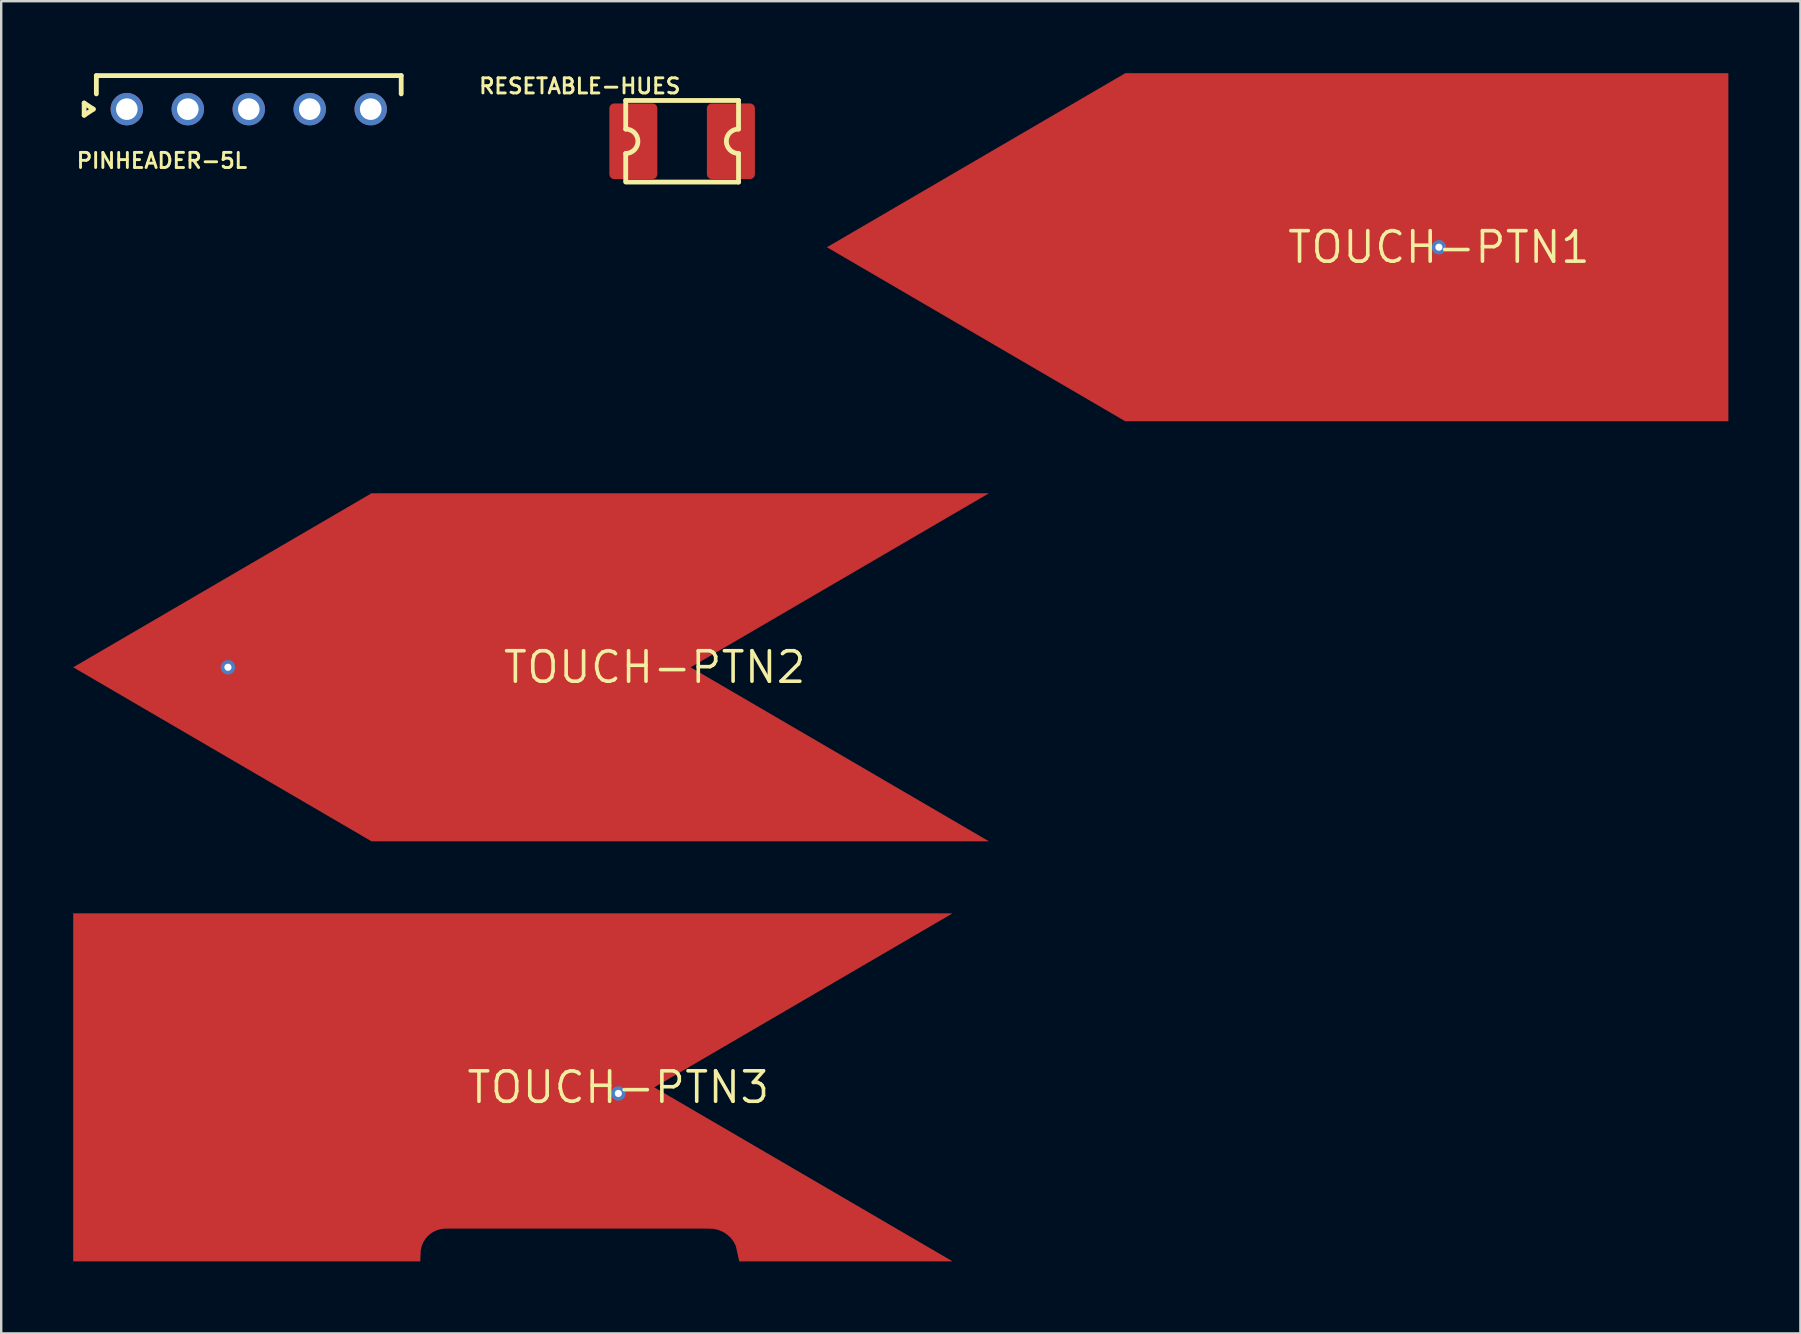
<source format=kicad_pcb>
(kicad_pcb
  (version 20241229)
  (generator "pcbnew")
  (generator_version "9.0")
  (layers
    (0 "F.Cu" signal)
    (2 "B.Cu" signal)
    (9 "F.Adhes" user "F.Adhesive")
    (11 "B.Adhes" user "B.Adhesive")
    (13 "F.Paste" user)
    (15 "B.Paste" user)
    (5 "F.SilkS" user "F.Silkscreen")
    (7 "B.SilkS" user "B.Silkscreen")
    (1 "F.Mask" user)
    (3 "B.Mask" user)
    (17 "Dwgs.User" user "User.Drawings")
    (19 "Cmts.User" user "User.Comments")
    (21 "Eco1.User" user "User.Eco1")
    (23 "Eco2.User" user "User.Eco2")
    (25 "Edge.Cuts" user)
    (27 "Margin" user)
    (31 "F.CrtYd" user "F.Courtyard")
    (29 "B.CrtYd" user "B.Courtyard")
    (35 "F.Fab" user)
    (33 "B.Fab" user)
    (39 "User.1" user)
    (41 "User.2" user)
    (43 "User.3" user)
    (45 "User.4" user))
  (footprint "TOUCH-PTN1"
    (layer "F.Cu")
    (at 56.896 7.25)
    (property "Reference" "TOUCH-PTN1" (at 0 0 0) (layer "F.SilkS") (effects (font (size 1.27 1.27) (thickness 0.15))))
    (fp_poly (pts (xy 12.06 7.25) (xy -13.068 7.25) (xy -25.496 0) (xy -13.068 -7.25) (xy 12.06 -7.25)) (stroke (width 0) (type default)) (fill yes) (layer "F.Cu"))
    (pad "P$1" thru_hole circle (at 0 0) (size 0.6 0.6) (drill 0.3) (layers "*.Cu" "*.Mask")))
  (footprint "TOUCH-PTN2"
    (layer "F.Cu")
    (at 24.226 24.75)
    (property "Reference" "TOUCH-PTN2" (at 0 0 0) (layer "F.SilkS") (effects (font (size 1.27 1.27) (thickness 0.15))))
    (fp_poly (pts (xy 1.496 0) (xy 13.925 7.25) (xy -11.798 7.25) (xy -24.226 0) (xy -11.798 -7.25) (xy 13.925 -7.25)) (stroke (width 0) (type default)) (fill yes) (layer "F.Cu"))
    (pad "P$1" thru_hole circle (at -17.78 0) (size 0.6 0.6) (drill 0.3) (layers "*.Cu" "*.Mask")))
  (footprint "RESETABLE-HUES"
    (layer "F.Cu")
    (at 25.368 2.835)
    (property "Reference" "RESETABLE-HUES" (at 0 -2.667 0) (layer "F.SilkS") (effects (font (size 0.63 0.63) (thickness 0.12)) (justify right top)))
    (fp_line (start -2.35 -1.7) (end -2.35 -0.508) (stroke (width 0.2) (type solid)) (layer "F.SilkS"))
    (fp_line (start -2.35 -1.7) (end 2.35 -1.7) (stroke (width 0.2) (type solid)) (layer "F.SilkS"))
    (fp_line (start -2.35 0.508) (end -2.35 1.651) (stroke (width 0.2) (type solid)) (layer "F.SilkS"))
    (fp_line (start -2.35 1.7) (end 2.35 1.7) (stroke (width 0.2) (type solid)) (layer "F.SilkS"))
    (fp_line (start 2.35 -0.508) (end 2.35 -1.7) (stroke (width 0.2) (type solid)) (layer "F.SilkS"))
    (fp_line (start 2.35 1.7) (end 2.35 0.508) (stroke (width 0.2) (type solid)) (layer "F.SilkS"))
    (fp_arc (start -2.35 -0.508) (mid -1.842 0) (end -2.35 0.508) (stroke (width 0.2) (type solid)) (layer "F.SilkS"))
    (fp_arc (start 2.35 0.508) (mid 1.842 0) (end 2.35 -0.508) (stroke (width 0.2) (type solid)) (layer "F.SilkS"))
    (pad "1" smd roundrect (at -2.032 0) (size 2 3.15) (layers "F.Cu" "F.Mask" "F.Paste") (roundrect_rratio 0.1))
    (pad "2" smd roundrect (at 2.032 0) (size 2 3.15) (layers "F.Cu" "F.Mask" "F.Paste") (roundrect_rratio 0.1)))
  (footprint "PINHEADER-5L"
    (layer "F.Cu")
    (at 7.314 1.497)
    (property "Reference" "PINHEADER-5L" (at 0 1.778 0) (layer "F.SilkS") (effects (font (size 0.63 0.63) (thickness 0.12)) (justify right top)))
    (fp_line (start -6.858 -0.254) (end -6.858 0.254) (stroke (width 0.2) (type solid)) (layer "F.SilkS"))
    (fp_line (start -6.858 0.254) (end -6.477 0) (stroke (width 0.2) (type solid)) (layer "F.SilkS"))
    (fp_line (start -6.477 0) (end -6.858 -0.254) (stroke (width 0.2) (type solid)) (layer "F.SilkS"))
    (fp_line (start -6.35 -1.397) (end 6.35 -1.397) (stroke (width 0.2) (type solid)) (layer "F.SilkS"))
    (fp_line (start -6.35 -0.635) (end -6.35 -1.397) (stroke (width 0.2) (type solid)) (layer "F.SilkS"))
    (fp_line (start 6.35 -1.397) (end 6.35 -0.635) (stroke (width 0.2) (type solid)) (layer "F.SilkS"))
    (pad "1" thru_hole circle (at -5.08 0 90) (size 1.35 1.35) (drill 0.9) (layers "*.Cu" "*.Mask"))
    (pad "2" thru_hole circle (at -2.54 0 90) (size 1.35 1.35) (drill 0.9) (layers "*.Cu" "*.Mask"))
    (pad "3" thru_hole circle (at 0 0 90) (size 1.35 1.35) (drill 0.9) (layers "*.Cu" "*.Mask"))
    (pad "4" thru_hole circle (at 2.54 0 90) (size 1.35 1.35) (drill 0.9) (layers "*.Cu" "*.Mask"))
    (pad "5" thru_hole circle (at 5.08 0 90) (size 1.35 1.35) (drill 0.9) (layers "*.Cu" "*.Mask")))
  (footprint "TOUCH-PTN3"
    (layer "F.Cu")
    (at 22.71 42.25)
    (property "Reference" "TOUCH-PTN3" (at 0 0 0) (layer "F.SilkS") (effects (font (size 1.27 1.27) (thickness 0.15))))
    (fp_poly (pts (xy 1.496 0) (xy 13.925 7.25) (xy 5.038 7.25) (xy 4.893 6.602) (xy 4.803 6.429) (xy 4.678 6.266) (xy 4.526 6.128) (xy 4.353 6.017) (xy 4.163 5.939) (xy 3.962 5.895) (xy 3.741 5.885) (xy -7.237 5.885) (xy -7.423 5.911) (xy -7.598 5.967) (xy -7.76 6.052) (xy -7.905 6.164) (xy -8.028 6.3) (xy -8.126 6.455) (xy -8.196 6.625) (xy -8.234 6.805) (xy -8.251 7.25) (xy -22.71 7.25) (xy -22.71 -7.25) (xy 13.925 -7.25)) (stroke (width 0) (type default)) (fill yes) (layer "F.Cu"))
    (pad "P$1" thru_hole circle (at 0 0.254) (size 0.6 0.6) (drill 0.3) (layers "*.Cu" "*.Mask")))
  (gr_rect
    (start -3 -3)
    (end 71.956 52.5)
    (stroke (width 0.1) (type default))
    (fill no)
    (layer "Edge.Cuts")))
</source>
